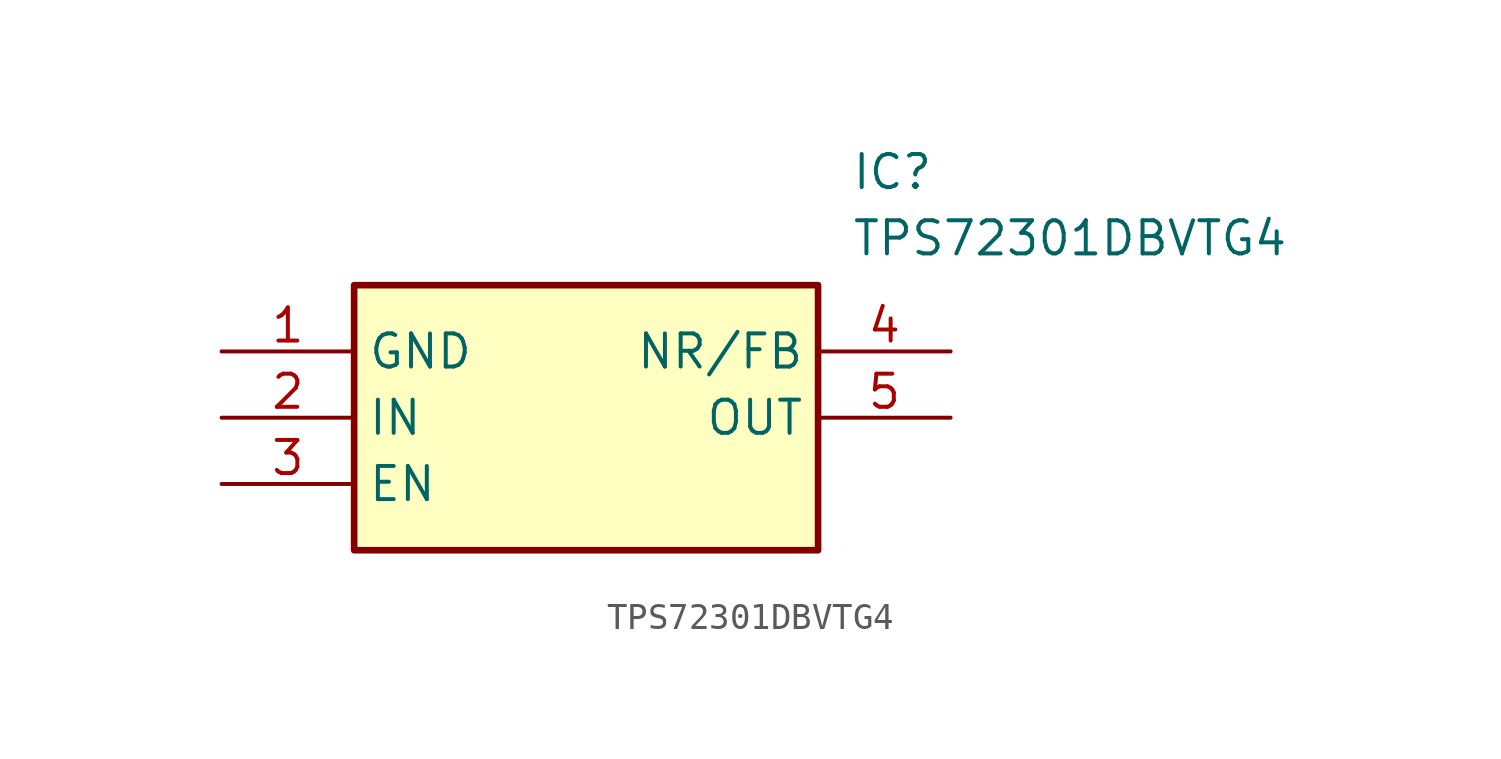
<source format=kicad_sym>
(kicad_symbol_lib
  (version 20211014)
  (generator SamacSys_ECAD_Model)
  (symbol "TPS72301DBVTG4"
    (property "Reference" "IC"
      (at 24.13 7.62 0)
      (effects (font (size 1.27 1.27)) (justify left top)))
    (property "Value" "TPS72301DBVTG4"
      (at 24.13 5.08 0)
      (effects (font (size 1.27 1.27)) (justify left top)))
    (rectangle
      (start 5.08 2.54)
      (end 22.86 -7.62)
      (stroke (width 0.254) (type default))
      (fill (type background)))
    (pin passive line
      (at 0 0 0)
      (length 5.08)
      (name "GND" (effects (font (size 1.27 1.27))))
      (number "1" (effects (font (size 1.27 1.27)))))
    (pin passive line
      (at 0 -2.54 0)
      (length 5.08)
      (name "IN" (effects (font (size 1.27 1.27))))
      (number "2" (effects (font (size 1.27 1.27)))))
    (pin passive line
      (at 0 -5.08 0)
      (length 5.08)
      (name "EN" (effects (font (size 1.27 1.27))))
      (number "3" (effects (font (size 1.27 1.27)))))
    (pin passive line
      (at 27.94 0 180)
      (length 5.08)
      (name "NR/FB" (effects (font (size 1.27 1.27))))
      (number "4" (effects (font (size 1.27 1.27)))))
    (pin passive line
      (at 27.94 -2.54 180)
      (length 5.08)
      (name "OUT" (effects (font (size 1.27 1.27))))
      (number "5" (effects (font (size 1.27 1.27)))))))
</source>
